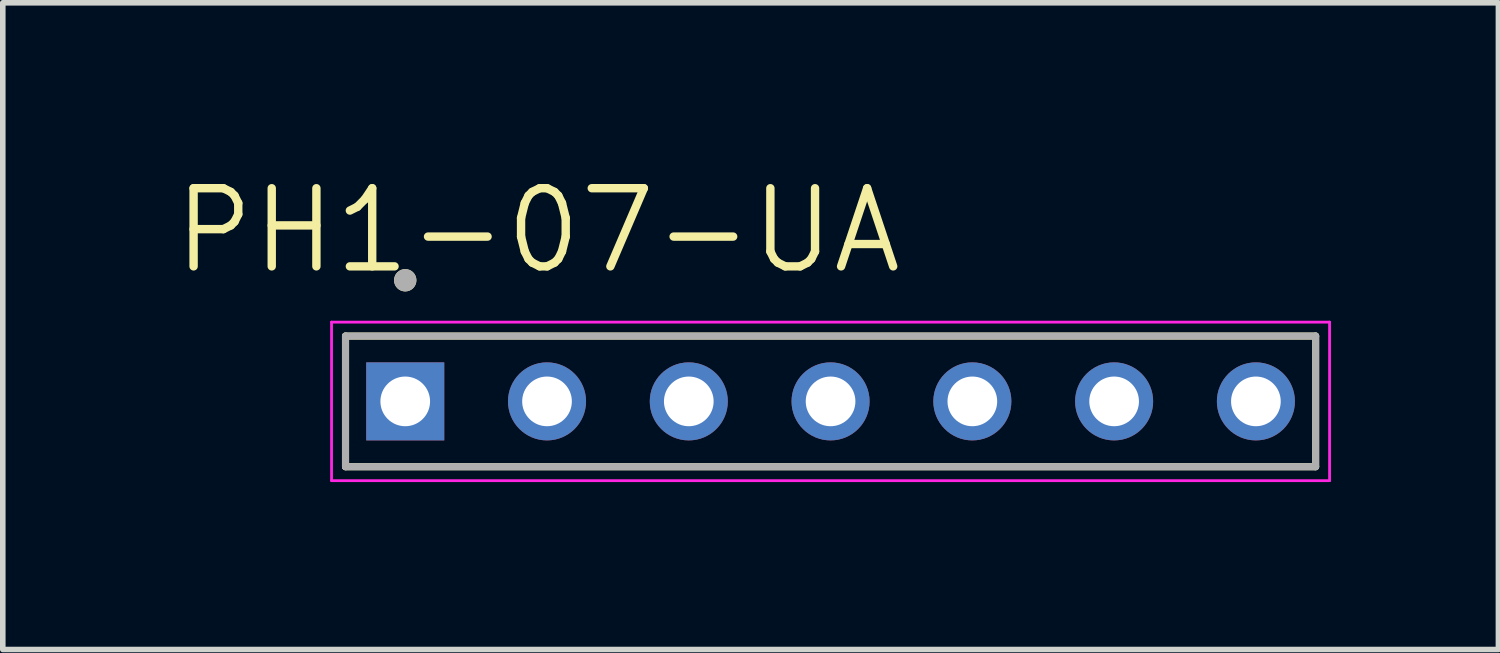
<source format=kicad_pcb>
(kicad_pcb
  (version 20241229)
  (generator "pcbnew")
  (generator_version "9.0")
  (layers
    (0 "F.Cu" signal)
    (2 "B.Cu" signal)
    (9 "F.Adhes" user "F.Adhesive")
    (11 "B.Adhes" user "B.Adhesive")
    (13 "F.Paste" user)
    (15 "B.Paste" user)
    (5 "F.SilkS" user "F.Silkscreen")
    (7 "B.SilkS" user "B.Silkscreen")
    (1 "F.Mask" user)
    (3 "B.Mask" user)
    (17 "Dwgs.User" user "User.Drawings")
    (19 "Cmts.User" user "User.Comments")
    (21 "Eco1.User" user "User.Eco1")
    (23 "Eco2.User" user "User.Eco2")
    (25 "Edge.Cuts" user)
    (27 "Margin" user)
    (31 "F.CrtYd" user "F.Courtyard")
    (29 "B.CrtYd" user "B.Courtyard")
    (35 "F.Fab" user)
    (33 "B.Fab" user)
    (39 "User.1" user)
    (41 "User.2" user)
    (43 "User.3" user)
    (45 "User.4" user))
  (footprint "PH1-07-UA"
    (layer "F.Cu")
    (at 11.83 4.141)
    (property "Reference" "PH1-07-UA" (at -5.245 -3.059 0) (layer "F.SilkS") (effects (font (size 1.4 1.4) (thickness 0.15))))
    (attr through_hole)
    (fp_line (start -8.69 -1.17) (end 8.69 -1.17) (stroke (width 0.127) (type solid)) (layer "F.SilkS"))
    (fp_line (start -8.69 1.17) (end -8.69 -1.17) (stroke (width 0.127) (type solid)) (layer "F.SilkS"))
    (fp_line (start 8.69 -1.17) (end 8.69 1.17) (stroke (width 0.127) (type solid)) (layer "F.SilkS"))
    (fp_line (start 8.69 1.17) (end -8.69 1.17) (stroke (width 0.127) (type solid)) (layer "F.SilkS"))
    (fp_circle (center -7.62 -2.17) (end -7.52 -2.17) (stroke (width 0.2) (type solid)) (fill no) (layer "F.SilkS"))
    (fp_line (start -8.94 -1.42) (end 8.94 -1.42) (stroke (width 0.05) (type solid)) (layer "F.CrtYd"))
    (fp_line (start -8.94 1.42) (end -8.94 -1.42) (stroke (width 0.05) (type solid)) (layer "F.CrtYd"))
    (fp_line (start 8.94 -1.42) (end 8.94 1.42) (stroke (width 0.05) (type solid)) (layer "F.CrtYd"))
    (fp_line (start 8.94 1.42) (end -8.94 1.42) (stroke (width 0.05) (type solid)) (layer "F.CrtYd"))
    (fp_line (start -8.69 -1.17) (end 8.69 -1.17) (stroke (width 0.127) (type solid)) (layer "F.Fab"))
    (fp_line (start -8.69 1.17) (end -8.69 -1.17) (stroke (width 0.127) (type solid)) (layer "F.Fab"))
    (fp_line (start 8.69 -1.17) (end 8.69 1.17) (stroke (width 0.127) (type solid)) (layer "F.Fab"))
    (fp_line (start 8.69 1.17) (end -8.69 1.17) (stroke (width 0.127) (type solid)) (layer "F.Fab"))
    (fp_circle (center -7.62 -2.17) (end -7.52 -2.17) (stroke (width 0.2) (type solid)) (fill no) (layer "F.Fab"))
    (pad "1" thru_hole rect (at -7.62 0) (size 1.398 1.398) (drill 0.89) (layers "*.Cu" "*.Mask"))
    (pad "2" thru_hole circle (at -5.08 0) (size 1.398 1.398) (drill 0.89) (layers "*.Cu" "*.Mask"))
    (pad "3" thru_hole circle (at -2.54 0) (size 1.398 1.398) (drill 0.89) (layers "*.Cu" "*.Mask"))
    (pad "4" thru_hole circle (at 0 0) (size 1.398 1.398) (drill 0.89) (layers "*.Cu" "*.Mask"))
    (pad "5" thru_hole circle (at 2.54 0) (size 1.398 1.398) (drill 0.89) (layers "*.Cu" "*.Mask"))
    (pad "6" thru_hole circle (at 5.08 0) (size 1.398 1.398) (drill 0.89) (layers "*.Cu" "*.Mask"))
    (pad "7" thru_hole circle (at 7.62 0) (size 1.398 1.398) (drill 0.89) (layers "*.Cu" "*.Mask")))
  (gr_rect
    (start -3 -3)
    (end 23.795 8.586)
    (stroke (width 0.1) (type default))
    (fill no)
    (layer "Edge.Cuts")))
</source>
